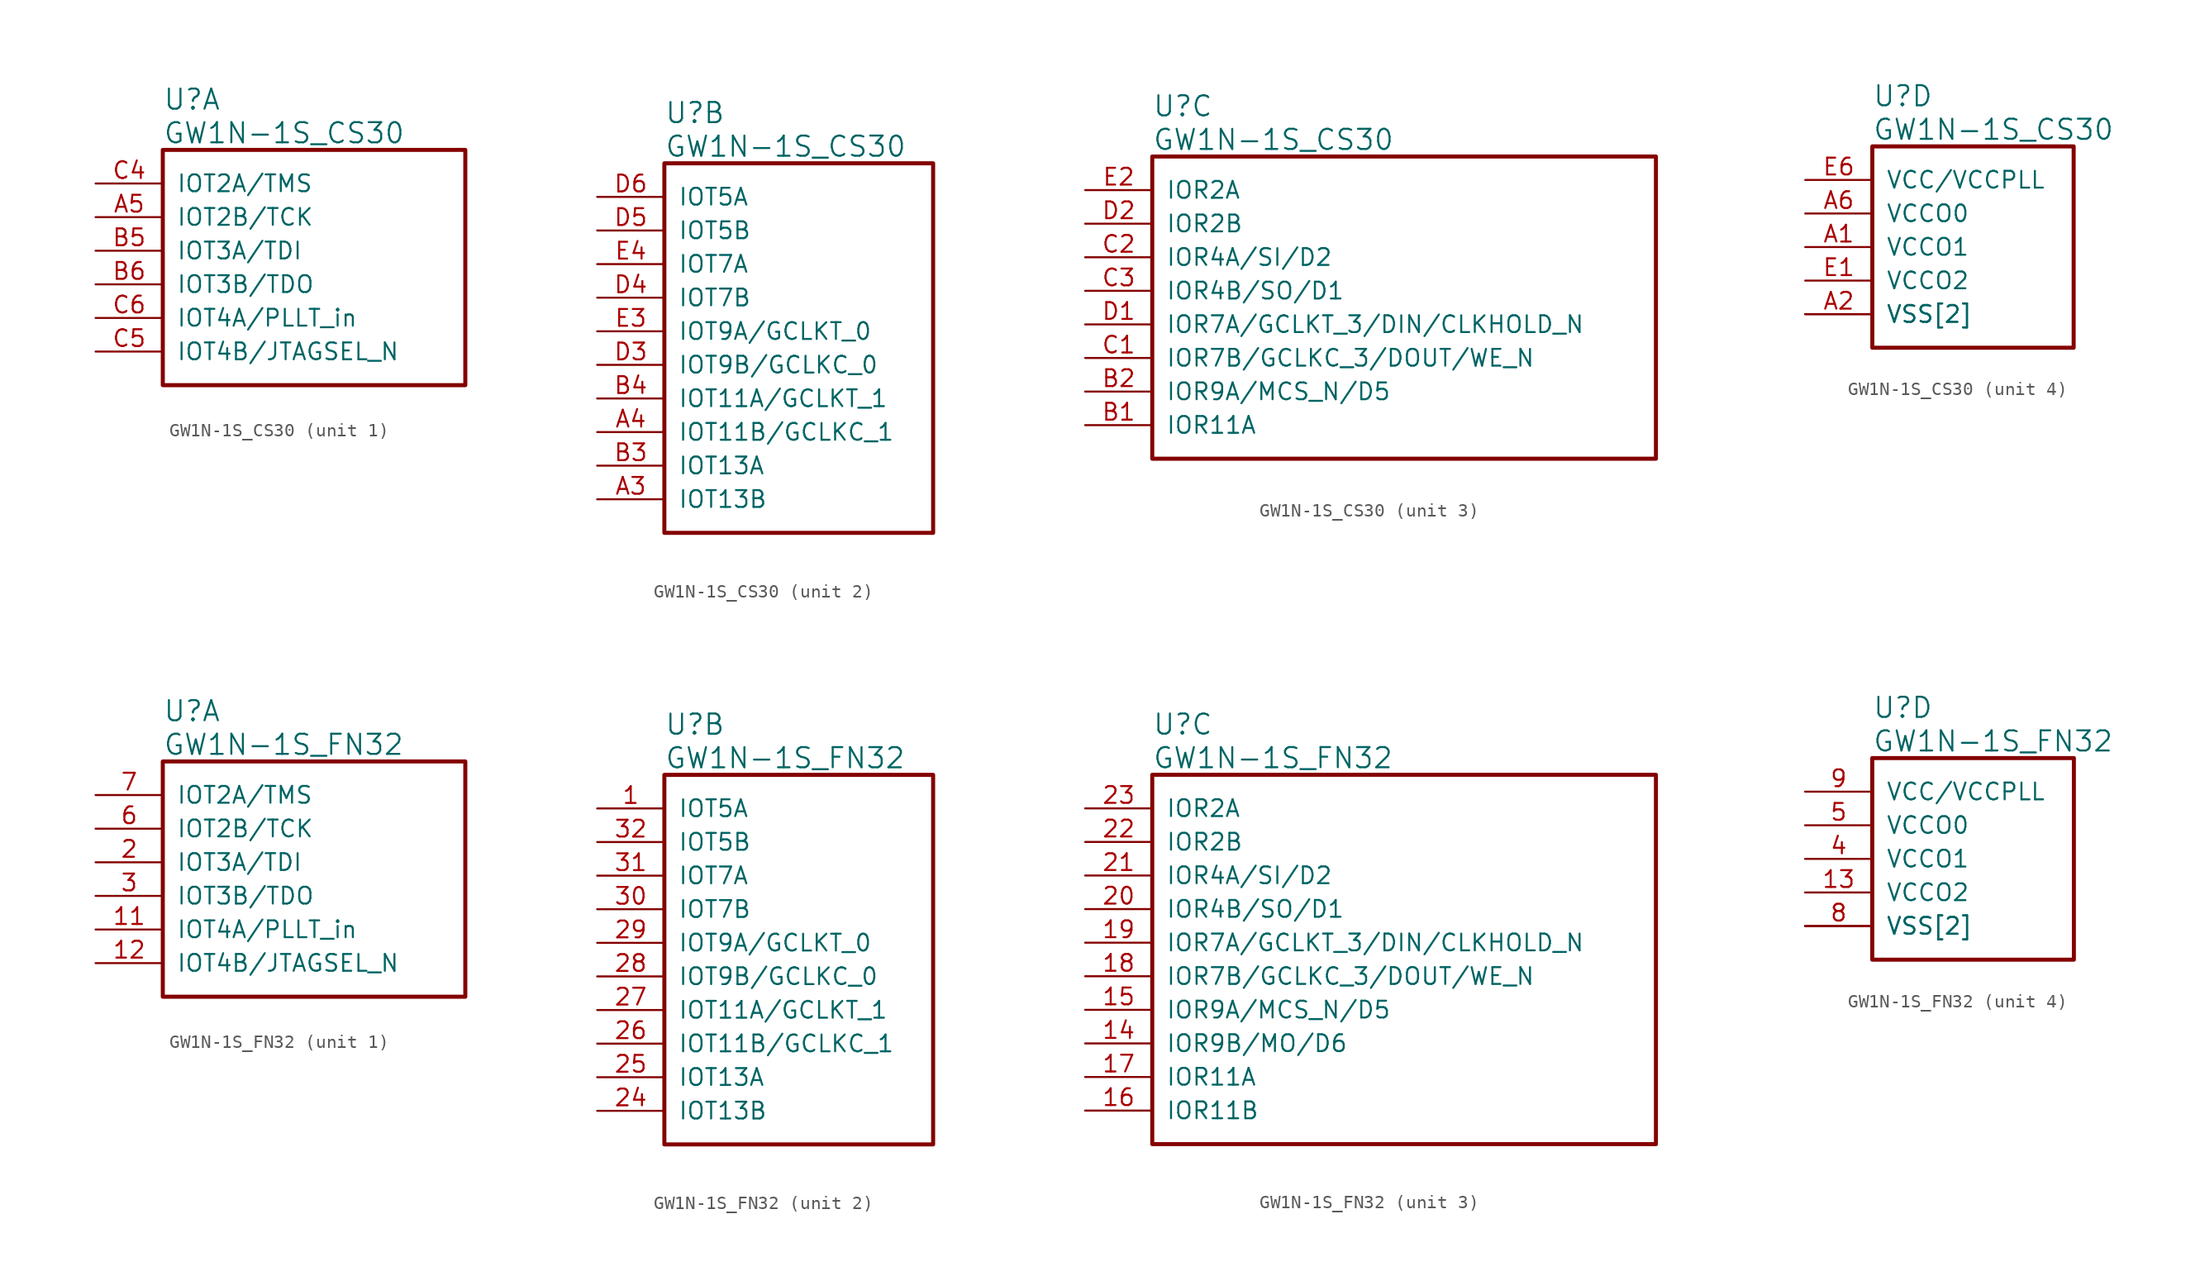
<source format=kicad_sym>
(kicad_symbol_lib
  (version 20220914)
  (generator kicad_symbol_editor)
  (symbol "GW1N-1S_CS30"
    (pin_names
      (offset 1.016))
    (property "Reference" "U"
      (at 5.08 6.35 0)
      (effects (font (size 1.524 1.524)) (justify left)))
    (property "Value" "GW1N-1S_CS30"
      (at 5.08 3.81 0)
      (effects (font (size 1.524 1.524)) (justify left)))
    (property "ki_locked" ""
      (at 0 0 0)
      (effects (font (size 1.27 1.27))))
    (symbol "GW1N-1S_CS30_1_1"
      (rectangle (start 5.08 2.54) (end 27.94 -15.24) (stroke (width 0.305) (type solid)) (fill (type none)))
      (pin bidirectional line (at 0 -2.54 0) (length 5.08) (name "IOT2B/TCK" (effects (font (size 1.27 1.27)))) (number "A5" (effects (font (size 1.27 1.27)))))
      (pin bidirectional line (at 0 -5.08 0) (length 5.08) (name "IOT3A/TDI" (effects (font (size 1.27 1.27)))) (number "B5" (effects (font (size 1.27 1.27)))))
      (pin bidirectional line (at 0 -7.62 0) (length 5.08) (name "IOT3B/TDO" (effects (font (size 1.27 1.27)))) (number "B6" (effects (font (size 1.27 1.27)))))
      (pin bidirectional line (at 0 0 0) (length 5.08) (name "IOT2A/TMS" (effects (font (size 1.27 1.27)))) (number "C4" (effects (font (size 1.27 1.27)))))
      (pin bidirectional line (at 0 -12.7 0) (length 5.08) (name "IOT4B/JTAGSEL_N" (effects (font (size 1.27 1.27)))) (number "C5" (effects (font (size 1.27 1.27)))))
      (pin bidirectional line (at 0 -10.16 0) (length 5.08) (name "IOT4A/PLLT_in" (effects (font (size 1.27 1.27)))) (number "C6" (effects (font (size 1.27 1.27))))))
    (symbol "GW1N-1S_CS30_2_1"
      (rectangle (start 5.08 2.54) (end 25.4 -25.4) (stroke (width 0.305) (type solid)) (fill (type none)))
      (pin bidirectional line (at 0 -22.86 0) (length 5.08) (name "IOT13B" (effects (font (size 1.27 1.27)))) (number "A3" (effects (font (size 1.27 1.27)))))
      (pin bidirectional line (at 0 -17.78 0) (length 5.08) (name "IOT11B/GCLKC_1" (effects (font (size 1.27 1.27)))) (number "A4" (effects (font (size 1.27 1.27)))))
      (pin bidirectional line (at 0 -20.32 0) (length 5.08) (name "IOT13A" (effects (font (size 1.27 1.27)))) (number "B3" (effects (font (size 1.27 1.27)))))
      (pin bidirectional line (at 0 -15.24 0) (length 5.08) (name "IOT11A/GCLKT_1" (effects (font (size 1.27 1.27)))) (number "B4" (effects (font (size 1.27 1.27)))))
      (pin bidirectional line (at 0 -12.7 0) (length 5.08) (name "IOT9B/GCLKC_0" (effects (font (size 1.27 1.27)))) (number "D3" (effects (font (size 1.27 1.27)))))
      (pin bidirectional line (at 0 -7.62 0) (length 5.08) (name "IOT7B" (effects (font (size 1.27 1.27)))) (number "D4" (effects (font (size 1.27 1.27)))))
      (pin bidirectional line (at 0 -2.54 0) (length 5.08) (name "IOT5B" (effects (font (size 1.27 1.27)))) (number "D5" (effects (font (size 1.27 1.27)))))
      (pin bidirectional line (at 0 0 0) (length 5.08) (name "IOT5A" (effects (font (size 1.27 1.27)))) (number "D6" (effects (font (size 1.27 1.27)))))
      (pin bidirectional line (at 0 -10.16 0) (length 5.08) (name "IOT9A/GCLKT_0" (effects (font (size 1.27 1.27)))) (number "E3" (effects (font (size 1.27 1.27)))))
      (pin bidirectional line (at 0 -5.08 0) (length 5.08) (name "IOT7A" (effects (font (size 1.27 1.27)))) (number "E4" (effects (font (size 1.27 1.27))))))
    (symbol "GW1N-1S_CS30_3_1"
      (rectangle (start 5.08 2.54) (end 43.18 -20.32) (stroke (width 0.305) (type solid)) (fill (type none)))
      (pin bidirectional line (at 0 -17.78 0) (length 5.08) (name "IOR11A" (effects (font (size 1.27 1.27)))) (number "B1" (effects (font (size 1.27 1.27)))))
      (pin bidirectional line (at 0 -15.24 0) (length 5.08) (name "IOR9A/MCS_N/D5" (effects (font (size 1.27 1.27)))) (number "B2" (effects (font (size 1.27 1.27)))))
      (pin bidirectional line (at 0 -12.7 0) (length 5.08) (name "IOR7B/GCLKC_3/DOUT/WE_N" (effects (font (size 1.27 1.27)))) (number "C1" (effects (font (size 1.27 1.27)))))
      (pin bidirectional line (at 0 -5.08 0) (length 5.08) (name "IOR4A/SI/D2" (effects (font (size 1.27 1.27)))) (number "C2" (effects (font (size 1.27 1.27)))))
      (pin bidirectional line (at 0 -7.62 0) (length 5.08) (name "IOR4B/SO/D1" (effects (font (size 1.27 1.27)))) (number "C3" (effects (font (size 1.27 1.27)))))
      (pin bidirectional line (at 0 -10.16 0) (length 5.08) (name "IOR7A/GCLKT_3/DIN/CLKHOLD_N" (effects (font (size 1.27 1.27)))) (number "D1" (effects (font (size 1.27 1.27)))))
      (pin bidirectional line (at 0 -2.54 0) (length 5.08) (name "IOR2B" (effects (font (size 1.27 1.27)))) (number "D2" (effects (font (size 1.27 1.27)))))
      (pin bidirectional line (at 0 0 0) (length 5.08) (name "IOR2A" (effects (font (size 1.27 1.27)))) (number "E2" (effects (font (size 1.27 1.27))))))
    (symbol "GW1N-1S_CS30_4_1"
      (rectangle (start 5.08 2.54) (end 20.32 -12.7) (stroke (width 0.305) (type solid)) (fill (type none)))
      (pin power_in line (at 0 -5.08 0) (length 5.08) (name "VCCO1" (effects (font (size 1.27 1.27)))) (number "A1" (effects (font (size 1.27 1.27)))))
      (pin power_in line (at 0 -10.16 0) (length 5.08) (name "VSS[2]" (effects (font (size 1.27 1.27)))) (number "A2" (effects (font (size 1.27 1.27)))))
      (pin power_in line (at 0 -2.54 0) (length 5.08) (name "VCCO0" (effects (font (size 1.27 1.27)))) (number "A6" (effects (font (size 1.27 1.27)))))
      (pin power_in line (at 0 -7.62 0) (length 5.08) (name "VCCO2" (effects (font (size 1.27 1.27)))) (number "E1" (effects (font (size 1.27 1.27)))))
      (pin power_in line (at 0 -10.16 0) (length 5.08) (name "VSS[2]" (effects (font (size 1.27 1.27)))) (number "E5" (effects (font (size 0 0)))))
      (pin power_in line (at 0 0 0) (length 5.08) (name "VCC/VCCPLL" (effects (font (size 1.27 1.27)))) (number "E6" (effects (font (size 1.27 1.27)))))))
  (symbol "GW1N-1S_FN32"
    (pin_names
      (offset 1.016))
    (property "Reference" "U"
      (at 5.08 6.35 0)
      (effects (font (size 1.524 1.524)) (justify left)))
    (property "Value" "GW1N-1S_FN32"
      (at 5.08 3.81 0)
      (effects (font (size 1.524 1.524)) (justify left)))
    (property "ki_locked" ""
      (at 0 0 0)
      (effects (font (size 1.27 1.27))))
    (symbol "GW1N-1S_FN32_1_1"
      (rectangle (start 5.08 2.54) (end 27.94 -15.24) (stroke (width 0.305) (type solid)) (fill (type none)))
      (pin bidirectional line (at 0 -10.16 0) (length 5.08) (name "IOT4A/PLLT_in" (effects (font (size 1.27 1.27)))) (number "11" (effects (font (size 1.27 1.27)))))
      (pin bidirectional line (at 0 -12.7 0) (length 5.08) (name "IOT4B/JTAGSEL_N" (effects (font (size 1.27 1.27)))) (number "12" (effects (font (size 1.27 1.27)))))
      (pin bidirectional line (at 0 -5.08 0) (length 5.08) (name "IOT3A/TDI" (effects (font (size 1.27 1.27)))) (number "2" (effects (font (size 1.27 1.27)))))
      (pin bidirectional line (at 0 -7.62 0) (length 5.08) (name "IOT3B/TDO" (effects (font (size 1.27 1.27)))) (number "3" (effects (font (size 1.27 1.27)))))
      (pin bidirectional line (at 0 -2.54 0) (length 5.08) (name "IOT2B/TCK" (effects (font (size 1.27 1.27)))) (number "6" (effects (font (size 1.27 1.27)))))
      (pin bidirectional line (at 0 0 0) (length 5.08) (name "IOT2A/TMS" (effects (font (size 1.27 1.27)))) (number "7" (effects (font (size 1.27 1.27))))))
    (symbol "GW1N-1S_FN32_2_1"
      (rectangle (start 5.08 2.54) (end 25.4 -25.4) (stroke (width 0.305) (type solid)) (fill (type none)))
      (pin bidirectional line (at 0 0 0) (length 5.08) (name "IOT5A" (effects (font (size 1.27 1.27)))) (number "1" (effects (font (size 1.27 1.27)))))
      (pin bidirectional line (at 0 -22.86 0) (length 5.08) (name "IOT13B" (effects (font (size 1.27 1.27)))) (number "24" (effects (font (size 1.27 1.27)))))
      (pin bidirectional line (at 0 -20.32 0) (length 5.08) (name "IOT13A" (effects (font (size 1.27 1.27)))) (number "25" (effects (font (size 1.27 1.27)))))
      (pin bidirectional line (at 0 -17.78 0) (length 5.08) (name "IOT11B/GCLKC_1" (effects (font (size 1.27 1.27)))) (number "26" (effects (font (size 1.27 1.27)))))
      (pin bidirectional line (at 0 -15.24 0) (length 5.08) (name "IOT11A/GCLKT_1" (effects (font (size 1.27 1.27)))) (number "27" (effects (font (size 1.27 1.27)))))
      (pin bidirectional line (at 0 -12.7 0) (length 5.08) (name "IOT9B/GCLKC_0" (effects (font (size 1.27 1.27)))) (number "28" (effects (font (size 1.27 1.27)))))
      (pin bidirectional line (at 0 -10.16 0) (length 5.08) (name "IOT9A/GCLKT_0" (effects (font (size 1.27 1.27)))) (number "29" (effects (font (size 1.27 1.27)))))
      (pin bidirectional line (at 0 -7.62 0) (length 5.08) (name "IOT7B" (effects (font (size 1.27 1.27)))) (number "30" (effects (font (size 1.27 1.27)))))
      (pin bidirectional line (at 0 -5.08 0) (length 5.08) (name "IOT7A" (effects (font (size 1.27 1.27)))) (number "31" (effects (font (size 1.27 1.27)))))
      (pin bidirectional line (at 0 -2.54 0) (length 5.08) (name "IOT5B" (effects (font (size 1.27 1.27)))) (number "32" (effects (font (size 1.27 1.27))))))
    (symbol "GW1N-1S_FN32_3_1"
      (rectangle (start 5.08 2.54) (end 43.18 -25.4) (stroke (width 0.305) (type solid)) (fill (type none)))
      (pin bidirectional line (at 0 -17.78 0) (length 5.08) (name "IOR9B/MO/D6" (effects (font (size 1.27 1.27)))) (number "14" (effects (font (size 1.27 1.27)))))
      (pin bidirectional line (at 0 -15.24 0) (length 5.08) (name "IOR9A/MCS_N/D5" (effects (font (size 1.27 1.27)))) (number "15" (effects (font (size 1.27 1.27)))))
      (pin bidirectional line (at 0 -22.86 0) (length 5.08) (name "IOR11B" (effects (font (size 1.27 1.27)))) (number "16" (effects (font (size 1.27 1.27)))))
      (pin bidirectional line (at 0 -20.32 0) (length 5.08) (name "IOR11A" (effects (font (size 1.27 1.27)))) (number "17" (effects (font (size 1.27 1.27)))))
      (pin bidirectional line (at 0 -12.7 0) (length 5.08) (name "IOR7B/GCLKC_3/DOUT/WE_N" (effects (font (size 1.27 1.27)))) (number "18" (effects (font (size 1.27 1.27)))))
      (pin bidirectional line (at 0 -10.16 0) (length 5.08) (name "IOR7A/GCLKT_3/DIN/CLKHOLD_N" (effects (font (size 1.27 1.27)))) (number "19" (effects (font (size 1.27 1.27)))))
      (pin bidirectional line (at 0 -7.62 0) (length 5.08) (name "IOR4B/SO/D1" (effects (font (size 1.27 1.27)))) (number "20" (effects (font (size 1.27 1.27)))))
      (pin bidirectional line (at 0 -5.08 0) (length 5.08) (name "IOR4A/SI/D2" (effects (font (size 1.27 1.27)))) (number "21" (effects (font (size 1.27 1.27)))))
      (pin bidirectional line (at 0 -2.54 0) (length 5.08) (name "IOR2B" (effects (font (size 1.27 1.27)))) (number "22" (effects (font (size 1.27 1.27)))))
      (pin bidirectional line (at 0 0 0) (length 5.08) (name "IOR2A" (effects (font (size 1.27 1.27)))) (number "23" (effects (font (size 1.27 1.27))))))
    (symbol "GW1N-1S_FN32_4_1"
      (rectangle (start 5.08 2.54) (end 20.32 -12.7) (stroke (width 0.305) (type solid)) (fill (type none)))
      (pin power_in line (at 0 -10.16 0) (length 5.08) (name "VSS[2]" (effects (font (size 1.27 1.27)))) (number "10" (effects (font (size 0 0)))))
      (pin power_in line (at 0 -7.62 0) (length 5.08) (name "VCCO2" (effects (font (size 1.27 1.27)))) (number "13" (effects (font (size 1.27 1.27)))))
      (pin power_in line (at 0 -5.08 0) (length 5.08) (name "VCCO1" (effects (font (size 1.27 1.27)))) (number "4" (effects (font (size 1.27 1.27)))))
      (pin power_in line (at 0 -2.54 0) (length 5.08) (name "VCCO0" (effects (font (size 1.27 1.27)))) (number "5" (effects (font (size 1.27 1.27)))))
      (pin power_in line (at 0 -10.16 0) (length 5.08) (name "VSS[2]" (effects (font (size 1.27 1.27)))) (number "8" (effects (font (size 1.27 1.27)))))
      (pin power_in line (at 0 0 0) (length 5.08) (name "VCC/VCCPLL" (effects (font (size 1.27 1.27)))) (number "9" (effects (font (size 1.27 1.27))))))))
</source>
